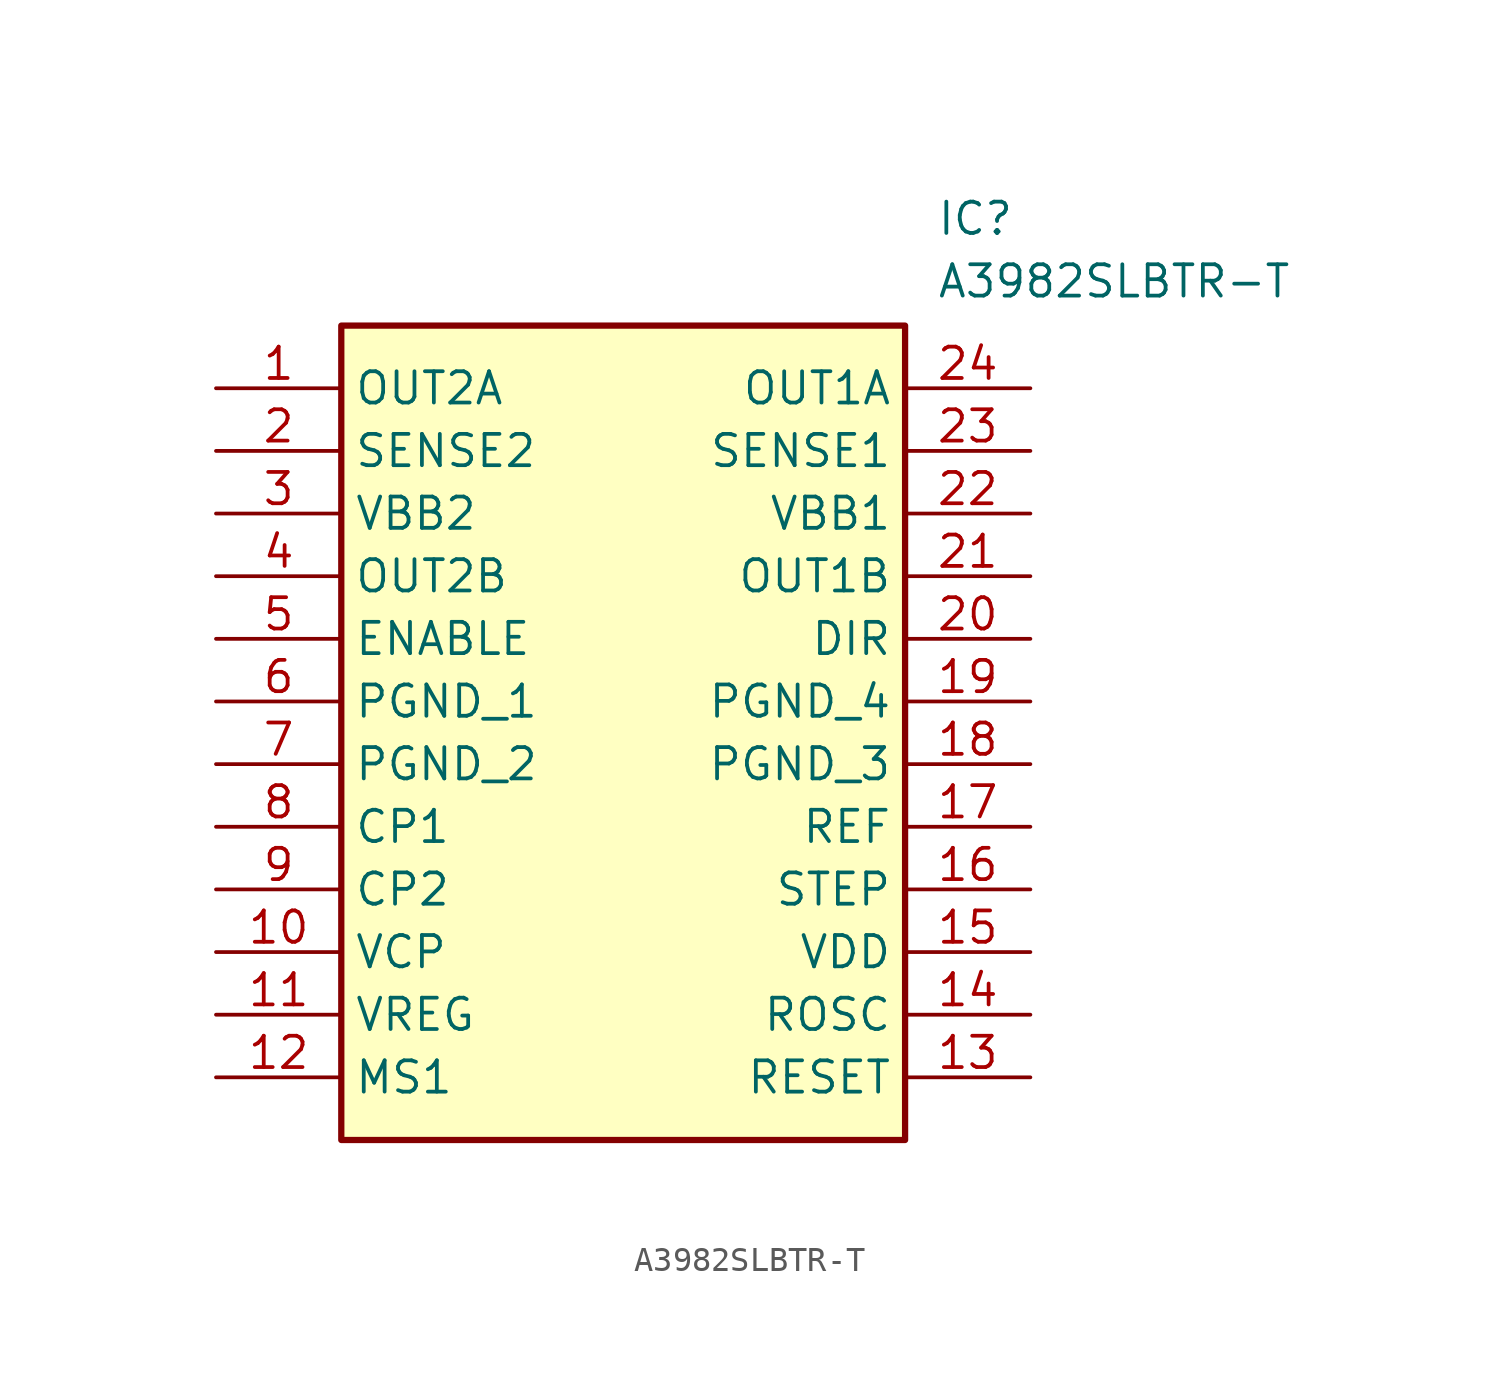
<source format=kicad_sym>
(kicad_symbol_lib
  (version 20211014)
  (generator SamacSys_ECAD_Model)
  (symbol "A3982SLBTR-T"
    (property "Reference" "IC"
      (at 29.21 7.62 0)
      (effects (font (size 1.27 1.27)) (justify left top)))
    (property "Value" "A3982SLBTR-T"
      (at 29.21 5.08 0)
      (effects (font (size 1.27 1.27)) (justify left top)))
    (rectangle
      (start 5.08 2.54)
      (end 27.94 -30.48)
      (stroke (width 0.254) (type default))
      (fill (type background)))
    (pin passive line
      (at 0 0 0)
      (length 5.08)
      (name "OUT2A" (effects (font (size 1.27 1.27))))
      (number "1" (effects (font (size 1.27 1.27)))))
    (pin passive line
      (at 0 -2.54 0)
      (length 5.08)
      (name "SENSE2" (effects (font (size 1.27 1.27))))
      (number "2" (effects (font (size 1.27 1.27)))))
    (pin passive line
      (at 0 -5.08 0)
      (length 5.08)
      (name "VBB2" (effects (font (size 1.27 1.27))))
      (number "3" (effects (font (size 1.27 1.27)))))
    (pin passive line
      (at 0 -7.62 0)
      (length 5.08)
      (name "OUT2B" (effects (font (size 1.27 1.27))))
      (number "4" (effects (font (size 1.27 1.27)))))
    (pin passive line
      (at 0 -10.16 0)
      (length 5.08)
      (name "ENABLE" (effects (font (size 1.27 1.27))))
      (number "5" (effects (font (size 1.27 1.27)))))
    (pin passive line
      (at 0 -12.7 0)
      (length 5.08)
      (name "PGND_1" (effects (font (size 1.27 1.27))))
      (number "6" (effects (font (size 1.27 1.27)))))
    (pin passive line
      (at 0 -15.24 0)
      (length 5.08)
      (name "PGND_2" (effects (font (size 1.27 1.27))))
      (number "7" (effects (font (size 1.27 1.27)))))
    (pin passive line
      (at 0 -17.78 0)
      (length 5.08)
      (name "CP1" (effects (font (size 1.27 1.27))))
      (number "8" (effects (font (size 1.27 1.27)))))
    (pin passive line
      (at 0 -20.32 0)
      (length 5.08)
      (name "CP2" (effects (font (size 1.27 1.27))))
      (number "9" (effects (font (size 1.27 1.27)))))
    (pin passive line
      (at 0 -22.86 0)
      (length 5.08)
      (name "VCP" (effects (font (size 1.27 1.27))))
      (number "10" (effects (font (size 1.27 1.27)))))
    (pin passive line
      (at 0 -25.4 0)
      (length 5.08)
      (name "VREG" (effects (font (size 1.27 1.27))))
      (number "11" (effects (font (size 1.27 1.27)))))
    (pin passive line
      (at 0 -27.94 0)
      (length 5.08)
      (name "MS1" (effects (font (size 1.27 1.27))))
      (number "12" (effects (font (size 1.27 1.27)))))
    (pin passive line
      (at 33.02 -27.94 180)
      (length 5.08)
      (name "RESET" (effects (font (size 1.27 1.27))))
      (number "13" (effects (font (size 1.27 1.27)))))
    (pin passive line
      (at 33.02 -25.4 180)
      (length 5.08)
      (name "ROSC" (effects (font (size 1.27 1.27))))
      (number "14" (effects (font (size 1.27 1.27)))))
    (pin passive line
      (at 33.02 -22.86 180)
      (length 5.08)
      (name "VDD" (effects (font (size 1.27 1.27))))
      (number "15" (effects (font (size 1.27 1.27)))))
    (pin passive line
      (at 33.02 -20.32 180)
      (length 5.08)
      (name "STEP" (effects (font (size 1.27 1.27))))
      (number "16" (effects (font (size 1.27 1.27)))))
    (pin passive line
      (at 33.02 -17.78 180)
      (length 5.08)
      (name "REF" (effects (font (size 1.27 1.27))))
      (number "17" (effects (font (size 1.27 1.27)))))
    (pin passive line
      (at 33.02 -15.24 180)
      (length 5.08)
      (name "PGND_3" (effects (font (size 1.27 1.27))))
      (number "18" (effects (font (size 1.27 1.27)))))
    (pin passive line
      (at 33.02 -12.7 180)
      (length 5.08)
      (name "PGND_4" (effects (font (size 1.27 1.27))))
      (number "19" (effects (font (size 1.27 1.27)))))
    (pin passive line
      (at 33.02 -10.16 180)
      (length 5.08)
      (name "DIR" (effects (font (size 1.27 1.27))))
      (number "20" (effects (font (size 1.27 1.27)))))
    (pin passive line
      (at 33.02 -7.62 180)
      (length 5.08)
      (name "OUT1B" (effects (font (size 1.27 1.27))))
      (number "21" (effects (font (size 1.27 1.27)))))
    (pin passive line
      (at 33.02 -5.08 180)
      (length 5.08)
      (name "VBB1" (effects (font (size 1.27 1.27))))
      (number "22" (effects (font (size 1.27 1.27)))))
    (pin passive line
      (at 33.02 -2.54 180)
      (length 5.08)
      (name "SENSE1" (effects (font (size 1.27 1.27))))
      (number "23" (effects (font (size 1.27 1.27)))))
    (pin passive line
      (at 33.02 0 180)
      (length 5.08)
      (name "OUT1A" (effects (font (size 1.27 1.27))))
      (number "24" (effects (font (size 1.27 1.27)))))))
</source>
